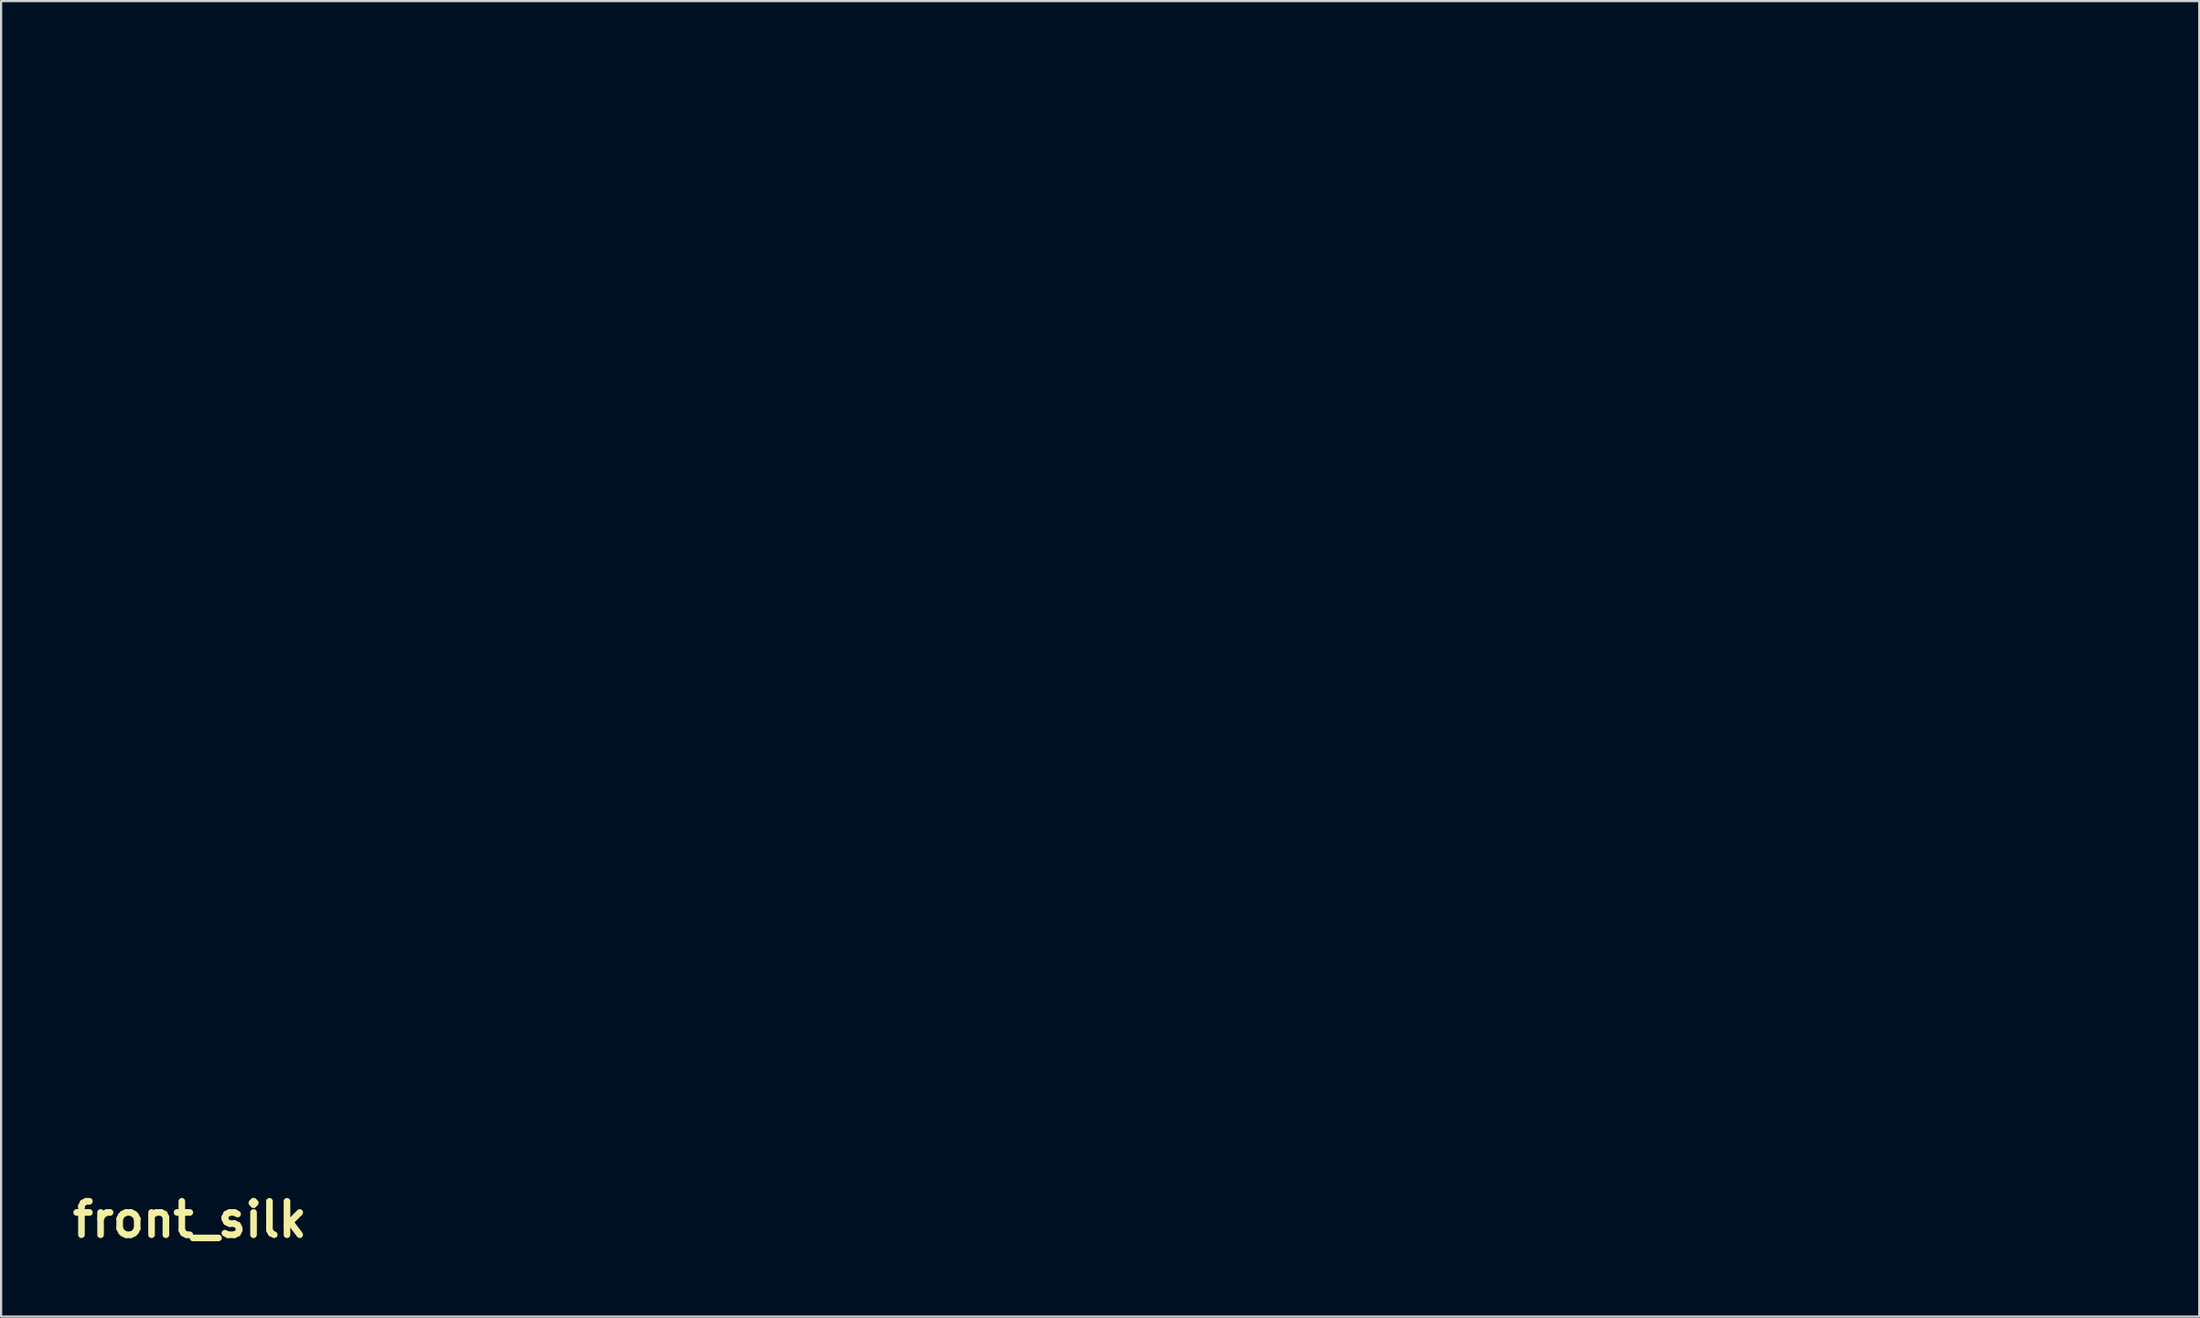
<source format=kicad_pcb>
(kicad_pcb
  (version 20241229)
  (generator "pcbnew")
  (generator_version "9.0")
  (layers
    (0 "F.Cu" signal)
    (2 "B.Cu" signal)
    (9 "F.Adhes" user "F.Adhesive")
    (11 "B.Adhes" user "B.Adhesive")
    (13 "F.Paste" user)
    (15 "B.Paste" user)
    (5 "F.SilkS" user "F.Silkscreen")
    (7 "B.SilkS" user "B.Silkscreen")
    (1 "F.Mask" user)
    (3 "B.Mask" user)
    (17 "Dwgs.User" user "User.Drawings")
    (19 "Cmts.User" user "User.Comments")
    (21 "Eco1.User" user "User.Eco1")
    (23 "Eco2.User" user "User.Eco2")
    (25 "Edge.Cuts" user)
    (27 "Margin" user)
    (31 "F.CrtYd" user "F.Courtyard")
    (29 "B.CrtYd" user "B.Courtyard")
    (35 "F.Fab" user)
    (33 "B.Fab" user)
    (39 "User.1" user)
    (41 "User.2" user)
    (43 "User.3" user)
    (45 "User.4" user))
  (footprint "front_silk"
    (layer "F.Cu")
    (at 5.595 52.507)
    (property "Reference" "front_silk" (at 0 0 0) (layer "F.SilkS") (effects (font (size 1.524 1.524) (thickness 0.3))))
    (attr through_hole)
    (fp_poly (pts (xy 24.359 -41.58) (xy 24.155 -41.58) (xy 24.155 -42.672) (xy 24.359 -42.672) (xy 24.359 -41.58)) (stroke (width 0.01) (type solid)) (fill yes) (layer "F.Mask"))
    (fp_poly (pts (xy 4.674 -8.56) (xy 4.14 -8.56) (xy 4.14 -7.163) (xy 3.937 -7.163) (xy 3.937 -8.56) (xy 3.429 -8.56) (xy 3.429 -8.738) (xy 4.674 -8.738) (xy 4.674 -8.56)) (stroke (width 0.01) (type solid)) (fill yes) (layer "F.Mask"))
    (fp_poly (pts (xy 24.003 -42.494) (xy 23.673 -42.494) (xy 23.673 -41.58) (xy 23.47 -41.58) (xy 23.47 -42.494) (xy 23.139 -42.494) (xy 23.139 -42.672) (xy 24.003 -42.672) (xy 24.003 -42.494)) (stroke (width 0.01) (type solid)) (fill yes) (layer "F.Mask"))
    (fp_poly (pts (xy 13.945 -33.477) (xy 13.31 -33.477) (xy 13.31 -33.045) (xy 13.843 -33.045) (xy 13.843 -32.817) (xy 13.31 -32.817) (xy 13.31 -32.233) (xy 13.03 -32.233) (xy 13.03 -33.68) (xy 13.945 -33.68) (xy 13.945 -33.477)) (stroke (width 0.01) (type solid)) (fill yes) (layer "F.Mask"))
    (fp_poly (pts (xy 12.827 -33.479) (xy 12.179 -33.465) (xy 12.172 -33.255) (xy 12.165 -33.045) (xy 12.725 -33.045) (xy 12.725 -32.817) (xy 12.167 -32.817) (xy 12.167 -32.233) (xy 11.913 -32.233) (xy 11.913 -33.68) (xy 12.827 -33.68) (xy 12.827 -33.479)) (stroke (width 0.01) (type solid)) (fill yes) (layer "F.Mask"))
    (fp_poly (pts (xy 88.519 0) (xy 0 0) (xy 0 -51.435) (xy 1.067 -51.435) (xy 1.067 -1.067) (xy 87.452 -1.067) (xy 87.452 -51.435) (xy 1.067 -51.435) (xy 0 -51.435) (xy 0 -52.502) (xy 88.519 -52.502) (xy 88.519 0)) (stroke (width 0.01) (type solid)) (fill yes) (layer "F.Mask"))
    (fp_poly (pts (xy 9.982 -3.581) (xy 10.617 -3.581) (xy 10.617 -3.404) (xy 9.982 -3.404) (xy 9.982 -2.743) (xy 9.806 -2.743) (xy 9.799 -3.067) (xy 9.792 -3.391) (xy 9.144 -3.405) (xy 9.144 -3.581) (xy 9.804 -3.581) (xy 9.804 -4.242) (xy 9.982 -4.242) (xy 9.982 -3.581)) (stroke (width 0.01) (type solid)) (fill yes) (layer "F.Mask"))
    (fp_poly (pts (xy 22.098 -42.494) (xy 21.613 -42.494) (xy 21.628 -42.202) (xy 21.812 -42.195) (xy 21.996 -42.187) (xy 21.996 -42.037) (xy 21.613 -42.037) (xy 21.628 -41.745) (xy 22.098 -41.73) (xy 22.098 -41.58) (xy 21.412 -41.58) (xy 21.412 -42.672) (xy 22.098 -42.672) (xy 22.098 -42.494)) (stroke (width 0.01) (type solid)) (fill yes) (layer "F.Mask"))
    (fp_poly (pts (xy 20.478 -42.437) (xy 20.485 -42.202) (xy 20.733 -42.195) (xy 20.98 -42.188) (xy 20.98 -42.672) (xy 21.184 -42.672) (xy 21.184 -41.58) (xy 20.98 -41.58) (xy 20.98 -42.064) (xy 20.485 -42.05) (xy 20.478 -41.815) (xy 20.47 -41.58) (xy 20.269 -41.58) (xy 20.269 -42.672) (xy 20.47 -42.672) (xy 20.478 -42.437)) (stroke (width 0.01) (type solid)) (fill yes) (layer "F.Mask"))
    (fp_poly (pts (xy 13.487 -45.288) (xy 13.387 -45.288) (xy 13.355 -45.289) (xy 13.326 -45.295) (xy 13.297 -45.31) (xy 13.261 -45.339) (xy 13.215 -45.388) (xy 13.154 -45.46) (xy 13.073 -45.56) (xy 12.968 -45.694) (xy 12.911 -45.767) (xy 12.535 -46.246) (xy 12.528 -45.767) (xy 12.521 -45.288) (xy 12.268 -45.288) (xy 12.268 -46.736) (xy 12.484 -46.735) (xy 12.865 -46.248) (xy 13.246 -45.76) (xy 13.253 -46.248) (xy 13.26 -46.736) (xy 13.487 -46.736) (xy 13.487 -45.288)) (stroke (width 0.01) (type solid)) (fill yes) (layer "F.Mask"))
    (fp_poly (pts (xy 5.499 -8.838) (xy 5.511 -8.831) (xy 5.52 -8.814) (xy 5.527 -8.78) (xy 5.532 -8.724) (xy 5.535 -8.641) (xy 5.536 -8.526) (xy 5.537 -8.373) (xy 5.537 -8.177) (xy 5.537 -8.077) (xy 5.537 -7.315) (xy 5.918 -7.315) (xy 5.918 -7.163) (xy 5.004 -7.163) (xy 5.004 -7.315) (xy 5.359 -7.315) (xy 5.359 -8.56) (xy 4.928 -8.56) (xy 4.928 -8.712) (xy 5.103 -8.712) (xy 5.204 -8.715) (xy 5.27 -8.726) (xy 5.321 -8.75) (xy 5.355 -8.776) (xy 5.418 -8.818) (xy 5.476 -8.839) (xy 5.484 -8.839) (xy 5.499 -8.838)) (stroke (width 0.01) (type solid)) (fill yes) (layer "F.Mask"))
    (fp_poly (pts (xy 25.527 -41.58) (xy 25.44 -41.58) (xy 25.407 -41.582) (xy 25.376 -41.593) (xy 25.342 -41.617) (xy 25.298 -41.661) (xy 25.239 -41.73) (xy 25.16 -41.83) (xy 25.078 -41.934) (xy 24.988 -42.049) (xy 24.908 -42.148) (xy 24.844 -42.226) (xy 24.801 -42.275) (xy 24.784 -42.29) (xy 24.777 -42.266) (xy 24.771 -42.201) (xy 24.767 -42.103) (xy 24.765 -41.982) (xy 24.765 -41.935) (xy 24.765 -41.58) (xy 24.587 -41.58) (xy 24.587 -42.672) (xy 24.657 -42.672) (xy 24.719 -42.665) (xy 24.754 -42.653) (xy 24.778 -42.627) (xy 24.828 -42.569) (xy 24.897 -42.483) (xy 24.98 -42.379) (xy 25.059 -42.278) (xy 25.337 -41.923) (xy 25.344 -42.298) (xy 25.351 -42.672) (xy 25.527 -42.672) (xy 25.527 -41.58)) (stroke (width 0.01) (type solid)) (fill yes) (layer "F.Mask"))
    (fp_poly (pts (xy 8.596 -7.655) (xy 8.532 -7.512) (xy 8.475 -7.385) (xy 8.429 -7.282) (xy 8.397 -7.209) (xy 8.383 -7.174) (xy 8.382 -7.172) (xy 8.36 -7.165) (xy 8.312 -7.163) (xy 8.241 -7.163) (xy 8.134 -7.626) (xy 8.1 -7.773) (xy 8.07 -7.903) (xy 8.047 -8.008) (xy 8.032 -8.079) (xy 8.026 -8.109) (xy 8.026 -8.109) (xy 8.048 -8.122) (xy 8.101 -8.128) (xy 8.132 -8.128) (xy 8.156 -8.122) (xy 8.174 -8.104) (xy 8.19 -8.066) (xy 8.207 -8) (xy 8.229 -7.899) (xy 8.257 -7.76) (xy 8.281 -7.645) (xy 8.303 -7.547) (xy 8.32 -7.478) (xy 8.328 -7.451) (xy 8.343 -7.462) (xy 8.373 -7.514) (xy 8.416 -7.598) (xy 8.466 -7.707) (xy 8.496 -7.775) (xy 8.554 -7.91) (xy 8.597 -8.005) (xy 8.63 -8.068) (xy 8.656 -8.104) (xy 8.68 -8.122) (xy 8.707 -8.128) (xy 8.729 -8.128) (xy 8.81 -8.128) (xy 8.596 -7.655)) (stroke (width 0.01) (type solid)) (fill yes) (layer "F.Mask"))
    (fp_poly (pts (xy 22.812 -42.659) (xy 23.023 -42.12) (xy 23.234 -41.58) (xy 23.126 -41.58) (xy 23.062 -41.582) (xy 23.025 -41.597) (xy 22.999 -41.636) (xy 22.972 -41.708) (xy 22.926 -41.836) (xy 22.473 -41.821) (xy 22.431 -41.707) (xy 22.402 -41.637) (xy 22.372 -41.603) (xy 22.323 -41.589) (xy 22.278 -41.585) (xy 22.21 -41.582) (xy 22.182 -41.591) (xy 22.182 -41.615) (xy 22.185 -41.623) (xy 22.199 -41.659) (xy 22.228 -41.736) (xy 22.27 -41.844) (xy 22.322 -41.976) (xy 22.326 -41.986) (xy 22.531 -41.986) (xy 22.698 -41.986) (xy 22.792 -41.989) (xy 22.843 -41.998) (xy 22.855 -42.015) (xy 22.854 -42.018) (xy 22.797 -42.176) (xy 22.754 -42.29) (xy 22.724 -42.366) (xy 22.704 -42.408) (xy 22.691 -42.422) (xy 22.686 -42.416) (xy 22.673 -42.376) (xy 22.646 -42.303) (xy 22.613 -42.21) (xy 22.603 -42.183) (xy 22.531 -41.986) (xy 22.326 -41.986) (xy 22.38 -42.125) (xy 22.398 -42.171) (xy 22.593 -42.673) (xy 22.812 -42.659)) (stroke (width 0.01) (type solid)) (fill yes) (layer "F.Mask"))
    (fp_poly (pts (xy 8.222 -6.726) (xy 8.198 -6.672) (xy 8.157 -6.577) (xy 8.101 -6.449) (xy 8.033 -6.292) (xy 7.956 -6.114) (xy 7.871 -5.92) (xy 7.785 -5.721) (xy 7.699 -5.525) (xy 7.619 -5.344) (xy 7.547 -5.184) (xy 7.486 -5.049) (xy 7.437 -4.946) (xy 7.403 -4.878) (xy 7.387 -4.852) (xy 7.386 -4.851) (xy 7.363 -4.872) (xy 7.332 -4.923) (xy 7.327 -4.934) (xy 7.308 -4.975) (xy 7.272 -5.058) (xy 7.221 -5.176) (xy 7.158 -5.323) (xy 7.084 -5.495) (xy 7.002 -5.686) (xy 6.915 -5.89) (xy 6.897 -5.931) (xy 6.506 -6.845) (xy 6.609 -6.853) (xy 6.678 -6.854) (xy 6.724 -6.845) (xy 6.73 -6.841) (xy 6.744 -6.813) (xy 6.775 -6.744) (xy 6.821 -6.64) (xy 6.879 -6.507) (xy 6.947 -6.35) (xy 7.021 -6.174) (xy 7.062 -6.078) (xy 7.139 -5.898) (xy 7.21 -5.734) (xy 7.272 -5.591) (xy 7.323 -5.477) (xy 7.361 -5.395) (xy 7.382 -5.352) (xy 7.386 -5.346) (xy 7.399 -5.371) (xy 7.428 -5.437) (xy 7.474 -5.538) (xy 7.532 -5.669) (xy 7.6 -5.824) (xy 7.676 -5.997) (xy 7.721 -6.1) (xy 8.046 -6.845) (xy 8.163 -6.853) (xy 8.281 -6.861) (xy 8.222 -6.726)) (stroke (width 0.01) (type solid)) (fill yes) (layer "F.Mask"))
    (fp_poly (pts (xy 26.378 -42.655) (xy 26.48 -42.63) (xy 26.56 -42.595) (xy 26.611 -42.553) (xy 26.623 -42.506) (xy 26.617 -42.491) (xy 26.57 -42.437) (xy 26.506 -42.426) (xy 26.426 -42.452) (xy 26.294 -42.492) (xy 26.166 -42.487) (xy 26.052 -42.442) (xy 25.961 -42.359) (xy 25.931 -42.311) (xy 25.89 -42.186) (xy 25.888 -42.06) (xy 25.921 -41.943) (xy 25.984 -41.843) (xy 26.073 -41.771) (xy 26.182 -41.735) (xy 26.221 -41.733) (xy 26.328 -41.737) (xy 26.395 -41.752) (xy 26.429 -41.784) (xy 26.441 -41.837) (xy 26.441 -41.861) (xy 26.438 -41.924) (xy 26.418 -41.953) (xy 26.37 -41.964) (xy 26.359 -41.966) (xy 26.3 -41.979) (xy 26.274 -42.012) (xy 26.268 -42.043) (xy 26.26 -42.113) (xy 26.647 -42.113) (xy 26.639 -41.891) (xy 26.632 -41.669) (xy 26.543 -41.626) (xy 26.446 -41.594) (xy 26.322 -41.573) (xy 26.194 -41.566) (xy 26.085 -41.574) (xy 26.066 -41.578) (xy 25.946 -41.627) (xy 25.837 -41.705) (xy 25.757 -41.798) (xy 25.742 -41.825) (xy 25.701 -41.95) (xy 25.684 -42.097) (xy 25.689 -42.242) (xy 25.716 -42.354) (xy 25.79 -42.481) (xy 25.9 -42.582) (xy 26.032 -42.646) (xy 26.041 -42.648) (xy 26.15 -42.667) (xy 26.266 -42.668) (xy 26.378 -42.655)) (stroke (width 0.01) (type solid)) (fill yes) (layer "F.Mask"))
    (fp_poly (pts (xy 11.513 -46.729) (xy 11.67 -46.677) (xy 11.812 -46.586) (xy 11.841 -46.562) (xy 11.942 -46.441) (xy 12.012 -46.291) (xy 12.048 -46.123) (xy 12.053 -45.947) (xy 12.024 -45.775) (xy 11.962 -45.616) (xy 11.867 -45.483) (xy 11.744 -45.386) (xy 11.588 -45.317) (xy 11.414 -45.279) (xy 11.234 -45.274) (xy 11.13 -45.289) (xy 10.965 -45.348) (xy 10.825 -45.447) (xy 10.714 -45.581) (xy 10.636 -45.743) (xy 10.596 -45.927) (xy 10.592 -46.012) (xy 10.595 -46.041) (xy 10.872 -46.041) (xy 10.882 -45.883) (xy 10.931 -45.744) (xy 11.015 -45.63) (xy 11.13 -45.549) (xy 11.202 -45.521) (xy 11.271 -45.502) (xy 11.319 -45.496) (xy 11.368 -45.501) (xy 11.442 -45.519) (xy 11.444 -45.52) (xy 11.564 -45.575) (xy 11.665 -45.669) (xy 11.739 -45.793) (xy 11.78 -45.935) (xy 11.785 -46.012) (xy 11.766 -46.152) (xy 11.714 -46.283) (xy 11.635 -46.393) (xy 11.549 -46.461) (xy 11.413 -46.508) (xy 11.275 -46.512) (xy 11.144 -46.476) (xy 11.029 -46.405) (xy 10.942 -46.302) (xy 10.902 -46.21) (xy 10.872 -46.041) (xy 10.595 -46.041) (xy 10.614 -46.212) (xy 10.678 -46.385) (xy 10.78 -46.528) (xy 10.917 -46.638) (xy 11.084 -46.711) (xy 11.28 -46.743) (xy 11.328 -46.744) (xy 11.513 -46.729)) (stroke (width 0.01) (type solid)) (fill yes) (layer "F.Mask"))
    (fp_poly (pts (xy 11.109 -33.687) (xy 11.28 -33.635) (xy 11.398 -33.571) (xy 11.484 -33.501) (xy 11.554 -33.412) (xy 11.601 -33.327) (xy 11.644 -33.236) (xy 11.669 -33.161) (xy 11.681 -33.079) (xy 11.684 -32.97) (xy 11.684 -32.957) (xy 11.681 -32.842) (xy 11.67 -32.757) (xy 11.647 -32.681) (xy 11.606 -32.593) (xy 11.504 -32.443) (xy 11.371 -32.329) (xy 11.21 -32.254) (xy 11.028 -32.22) (xy 10.829 -32.229) (xy 10.766 -32.241) (xy 10.589 -32.305) (xy 10.443 -32.408) (xy 10.33 -32.548) (xy 10.266 -32.687) (xy 10.246 -32.785) (xy 10.237 -32.913) (xy 10.238 -32.931) (xy 10.504 -32.931) (xy 10.525 -32.791) (xy 10.577 -32.664) (xy 10.658 -32.56) (xy 10.754 -32.496) (xy 10.846 -32.472) (xy 10.96 -32.466) (xy 11.077 -32.477) (xy 11.177 -32.504) (xy 11.22 -32.527) (xy 11.306 -32.619) (xy 11.367 -32.743) (xy 11.401 -32.884) (xy 11.405 -33.031) (xy 11.377 -33.168) (xy 11.347 -33.235) (xy 11.254 -33.352) (xy 11.139 -33.429) (xy 11.009 -33.465) (xy 10.875 -33.458) (xy 10.745 -33.408) (xy 10.638 -33.323) (xy 10.559 -33.208) (xy 10.514 -33.074) (xy 10.504 -32.931) (xy 10.238 -32.931) (xy 10.241 -33.049) (xy 10.256 -33.175) (xy 10.275 -33.252) (xy 10.351 -33.402) (xy 10.463 -33.524) (xy 10.603 -33.615) (xy 10.763 -33.675) (xy 10.934 -33.699) (xy 11.109 -33.687)) (stroke (width 0.01) (type solid)) (fill yes) (layer "F.Mask"))
    (fp_poly (pts (xy 5.956 -6.769) (xy 5.963 -6.167) (xy 5.97 -5.565) (xy 6.128 -5.557) (xy 6.215 -5.552) (xy 6.263 -5.543) (xy 6.285 -5.523) (xy 6.293 -5.485) (xy 6.294 -5.467) (xy 6.302 -5.385) (xy 5.969 -5.385) (xy 5.969 -5.032) (xy 6.128 -5.024) (xy 6.214 -5.019) (xy 6.262 -5.01) (xy 6.282 -4.991) (xy 6.286 -4.955) (xy 6.287 -4.94) (xy 6.287 -4.864) (xy 5.385 -4.85) (xy 5.385 -5.029) (xy 5.766 -5.029) (xy 5.766 -5.385) (xy 4.928 -5.385) (xy 4.928 -5.482) (xy 4.931 -5.516) (xy 4.942 -5.555) (xy 4.946 -5.563) (xy 5.15 -5.563) (xy 5.791 -5.563) (xy 5.791 -6.012) (xy 5.79 -6.168) (xy 5.787 -6.293) (xy 5.781 -6.383) (xy 5.774 -6.431) (xy 5.768 -6.438) (xy 5.747 -6.41) (xy 5.702 -6.348) (xy 5.639 -6.262) (xy 5.565 -6.157) (xy 5.484 -6.044) (xy 5.403 -5.93) (xy 5.327 -5.822) (xy 5.263 -5.73) (xy 5.215 -5.661) (xy 5.196 -5.632) (xy 5.15 -5.563) (xy 4.946 -5.563) (xy 4.965 -5.604) (xy 5.002 -5.669) (xy 5.057 -5.756) (xy 5.133 -5.868) (xy 5.234 -6.012) (xy 5.339 -6.162) (xy 5.446 -6.314) (xy 5.545 -6.452) (xy 5.632 -6.572) (xy 5.702 -6.667) (xy 5.751 -6.732) (xy 5.776 -6.762) (xy 5.777 -6.763) (xy 5.82 -6.775) (xy 5.88 -6.776) (xy 5.956 -6.769)) (stroke (width 0.01) (type solid)) (fill yes) (layer "F.Mask"))
    (fp_poly (pts (xy 5.754 -4.479) (xy 5.859 -4.446) (xy 5.983 -4.363) (xy 6.082 -4.237) (xy 6.155 -4.07) (xy 6.202 -3.866) (xy 6.222 -3.626) (xy 6.223 -3.572) (xy 6.211 -3.303) (xy 6.176 -3.078) (xy 6.116 -2.895) (xy 6.032 -2.755) (xy 5.923 -2.655) (xy 5.787 -2.594) (xy 5.642 -2.572) (xy 5.519 -2.573) (xy 5.423 -2.591) (xy 5.369 -2.613) (xy 5.25 -2.696) (xy 5.153 -2.821) (xy 5.078 -2.984) (xy 5.026 -3.181) (xy 5.001 -3.408) (xy 5.001 -3.551) (xy 5.212 -3.551) (xy 5.214 -3.467) (xy 5.229 -3.274) (xy 5.253 -3.123) (xy 5.289 -3.005) (xy 5.341 -2.912) (xy 5.409 -2.836) (xy 5.41 -2.835) (xy 5.518 -2.763) (xy 5.626 -2.742) (xy 5.735 -2.772) (xy 5.781 -2.799) (xy 5.857 -2.865) (xy 5.914 -2.949) (xy 5.957 -3.063) (xy 5.983 -3.168) (xy 6.009 -3.352) (xy 6.017 -3.547) (xy 6.006 -3.738) (xy 5.978 -3.913) (xy 5.933 -4.057) (xy 5.918 -4.089) (xy 5.843 -4.2) (xy 5.751 -4.278) (xy 5.653 -4.316) (xy 5.623 -4.318) (xy 5.498 -4.295) (xy 5.395 -4.227) (xy 5.313 -4.117) (xy 5.255 -3.967) (xy 5.221 -3.777) (xy 5.212 -3.551) (xy 5.001 -3.551) (xy 5.002 -3.659) (xy 5.007 -3.741) (xy 5.04 -3.951) (xy 5.098 -4.135) (xy 5.177 -4.285) (xy 5.276 -4.398) (xy 5.377 -4.461) (xy 5.487 -4.488) (xy 5.62 -4.494) (xy 5.754 -4.479)) (stroke (width 0.01) (type solid)) (fill yes) (layer "F.Mask"))
    (fp_poly (pts (xy 9.734 -8.534) (xy 9.836 -8.531) (xy 9.902 -8.526) (xy 9.939 -8.517) (xy 9.955 -8.505) (xy 9.957 -8.495) (xy 9.941 -8.459) (xy 9.899 -8.396) (xy 9.839 -8.316) (xy 9.804 -8.274) (xy 9.738 -8.193) (xy 9.686 -8.126) (xy 9.656 -8.083) (xy 9.652 -8.072) (xy 9.673 -8.056) (xy 9.705 -8.052) (xy 9.756 -8.035) (xy 9.817 -7.992) (xy 9.83 -7.979) (xy 9.896 -7.88) (xy 9.925 -7.759) (xy 9.919 -7.629) (xy 9.88 -7.498) (xy 9.813 -7.377) (xy 9.718 -7.275) (xy 9.616 -7.211) (xy 9.531 -7.185) (xy 9.421 -7.169) (xy 9.306 -7.164) (xy 9.209 -7.171) (xy 9.169 -7.181) (xy 9.121 -7.21) (xy 9.065 -7.257) (xy 9.017 -7.309) (xy 8.992 -7.349) (xy 8.992 -7.354) (xy 9.009 -7.392) (xy 9.043 -7.43) (xy 9.081 -7.46) (xy 9.111 -7.457) (xy 9.151 -7.424) (xy 9.252 -7.351) (xy 9.357 -7.318) (xy 9.412 -7.315) (xy 9.521 -7.335) (xy 9.616 -7.39) (xy 9.692 -7.469) (xy 9.745 -7.563) (xy 9.769 -7.664) (xy 9.761 -7.761) (xy 9.715 -7.845) (xy 9.686 -7.873) (xy 9.604 -7.918) (xy 9.532 -7.914) (xy 9.473 -7.872) (xy 9.416 -7.837) (xy 9.358 -7.83) (xy 9.314 -7.851) (xy 9.303 -7.874) (xy 9.315 -7.908) (xy 9.354 -7.971) (xy 9.414 -8.053) (xy 9.473 -8.128) (xy 9.545 -8.217) (xy 9.603 -8.292) (xy 9.641 -8.344) (xy 9.651 -8.363) (xy 9.628 -8.372) (xy 9.566 -8.378) (xy 9.476 -8.382) (xy 9.436 -8.382) (xy 9.22 -8.382) (xy 9.22 -8.534) (xy 9.588 -8.534) (xy 9.734 -8.534)) (stroke (width 0.01) (type solid)) (fill yes) (layer "F.Mask"))
    (fp_poly (pts (xy 4.547 -4.293) (xy 3.739 -4.293) (xy 3.72 -4.025) (xy 3.714 -3.914) (xy 3.711 -3.823) (xy 3.711 -3.763) (xy 3.714 -3.745) (xy 3.743 -3.747) (xy 3.8 -3.765) (xy 3.825 -3.775) (xy 3.939 -3.802) (xy 4.076 -3.806) (xy 4.212 -3.788) (xy 4.329 -3.749) (xy 4.354 -3.735) (xy 4.464 -3.638) (xy 4.541 -3.503) (xy 4.585 -3.335) (xy 4.592 -3.265) (xy 4.586 -3.067) (xy 4.54 -2.898) (xy 4.457 -2.76) (xy 4.336 -2.656) (xy 4.313 -2.642) (xy 4.197 -2.598) (xy 4.055 -2.575) (xy 3.906 -2.574) (xy 3.77 -2.596) (xy 3.739 -2.606) (xy 3.604 -2.682) (xy 3.499 -2.793) (xy 3.43 -2.931) (xy 3.404 -3.087) (xy 3.404 -3.097) (xy 3.407 -3.15) (xy 3.428 -3.171) (xy 3.48 -3.172) (xy 3.499 -3.17) (xy 3.561 -3.161) (xy 3.592 -3.135) (xy 3.607 -3.077) (xy 3.609 -3.065) (xy 3.653 -2.938) (xy 3.733 -2.838) (xy 3.841 -2.773) (xy 3.969 -2.75) (xy 4.01 -2.752) (xy 4.14 -2.788) (xy 4.245 -2.86) (xy 4.323 -2.961) (xy 4.37 -3.082) (xy 4.384 -3.212) (xy 4.361 -3.345) (xy 4.3 -3.47) (xy 4.258 -3.523) (xy 4.195 -3.582) (xy 4.131 -3.612) (xy 4.045 -3.626) (xy 3.952 -3.628) (xy 3.876 -3.611) (xy 3.796 -3.572) (xy 3.712 -3.533) (xy 3.633 -3.509) (xy 3.6 -3.505) (xy 3.524 -3.505) (xy 3.543 -3.969) (xy 3.549 -4.117) (xy 3.556 -4.249) (xy 3.563 -4.353) (xy 3.568 -4.424) (xy 3.573 -4.451) (xy 3.601 -4.457) (xy 3.671 -4.463) (xy 3.776 -4.467) (xy 3.908 -4.469) (xy 4.059 -4.47) (xy 4.065 -4.47) (xy 4.547 -4.47) (xy 4.547 -4.293)) (stroke (width 0.01) (type solid)) (fill yes) (layer "F.Mask"))
    (fp_poly (pts (xy 7.005 -8.806) (xy 7.134 -8.741) (xy 7.174 -8.71) (xy 7.26 -8.606) (xy 7.305 -8.479) (xy 7.31 -8.323) (xy 7.31 -8.317) (xy 7.302 -8.248) (xy 7.287 -8.187) (xy 7.261 -8.129) (xy 7.218 -8.07) (xy 7.155 -8.003) (xy 7.066 -7.922) (xy 6.947 -7.823) (xy 6.792 -7.699) (xy 6.762 -7.676) (xy 6.669 -7.597) (xy 6.583 -7.514) (xy 6.513 -7.436) (xy 6.466 -7.373) (xy 6.452 -7.337) (xy 6.476 -7.329) (xy 6.541 -7.323) (xy 6.64 -7.318) (xy 6.763 -7.315) (xy 6.82 -7.315) (xy 7.188 -7.315) (xy 7.204 -7.417) (xy 7.218 -7.482) (xy 7.242 -7.511) (xy 7.287 -7.518) (xy 7.294 -7.518) (xy 7.369 -7.518) (xy 7.351 -7.36) (xy 7.341 -7.274) (xy 7.33 -7.209) (xy 7.323 -7.182) (xy 7.296 -7.176) (xy 7.225 -7.171) (xy 7.119 -7.167) (xy 6.986 -7.164) (xy 6.832 -7.163) (xy 6.794 -7.163) (xy 6.275 -7.163) (xy 6.291 -7.245) (xy 6.327 -7.37) (xy 6.384 -7.484) (xy 6.47 -7.596) (xy 6.59 -7.713) (xy 6.749 -7.843) (xy 6.76 -7.851) (xy 6.925 -7.987) (xy 7.044 -8.108) (xy 7.12 -8.22) (xy 7.154 -8.324) (xy 7.149 -8.426) (xy 7.124 -8.493) (xy 7.055 -8.59) (xy 6.963 -8.651) (xy 6.857 -8.677) (xy 6.749 -8.671) (xy 6.647 -8.634) (xy 6.562 -8.569) (xy 6.502 -8.478) (xy 6.477 -8.363) (xy 6.477 -8.353) (xy 6.474 -8.289) (xy 6.456 -8.262) (xy 6.413 -8.255) (xy 6.401 -8.255) (xy 6.353 -8.259) (xy 6.331 -8.278) (xy 6.325 -8.329) (xy 6.325 -8.365) (xy 6.341 -8.478) (xy 6.384 -8.588) (xy 6.468 -8.698) (xy 6.584 -8.777) (xy 6.718 -8.822) (xy 6.862 -8.832) (xy 7.005 -8.806)) (stroke (width 0.01) (type solid)) (fill yes) (layer "F.Mask"))
    (fp_poly (pts (xy 4.152 -6.754) (xy 4.309 -6.702) (xy 4.432 -6.614) (xy 4.517 -6.493) (xy 4.564 -6.341) (xy 4.572 -6.236) (xy 4.569 -6.148) (xy 4.557 -6.071) (xy 4.533 -6) (xy 4.491 -5.93) (xy 4.427 -5.854) (xy 4.338 -5.767) (xy 4.218 -5.665) (xy 4.064 -5.541) (xy 3.964 -5.463) (xy 3.852 -5.368) (xy 3.753 -5.272) (xy 3.674 -5.181) (xy 3.623 -5.106) (xy 3.607 -5.056) (xy 3.627 -5.044) (xy 3.69 -5.037) (xy 3.798 -5.034) (xy 3.954 -5.034) (xy 4.02 -5.035) (xy 4.432 -5.042) (xy 4.445 -5.156) (xy 4.456 -5.227) (xy 4.473 -5.26) (xy 4.509 -5.27) (xy 4.534 -5.271) (xy 4.61 -5.271) (xy 4.603 -5.093) (xy 4.598 -4.999) (xy 4.592 -4.924) (xy 4.585 -4.883) (xy 4.585 -4.883) (xy 4.569 -4.872) (xy 4.525 -4.864) (xy 4.449 -4.858) (xy 4.337 -4.854) (xy 4.183 -4.852) (xy 3.989 -4.851) (xy 3.404 -4.851) (xy 3.404 -4.927) (xy 3.419 -5.025) (xy 3.458 -5.144) (xy 3.514 -5.262) (xy 3.579 -5.362) (xy 3.584 -5.367) (xy 3.636 -5.421) (xy 3.718 -5.495) (xy 3.818 -5.578) (xy 3.91 -5.651) (xy 4.059 -5.768) (xy 4.171 -5.866) (xy 4.251 -5.952) (xy 4.307 -6.033) (xy 4.335 -6.089) (xy 4.366 -6.219) (xy 4.353 -6.341) (xy 4.302 -6.447) (xy 4.219 -6.529) (xy 4.111 -6.581) (xy 3.985 -6.595) (xy 3.893 -6.581) (xy 3.778 -6.528) (xy 3.695 -6.44) (xy 3.642 -6.313) (xy 3.629 -6.253) (xy 3.613 -6.167) (xy 3.597 -6.121) (xy 3.573 -6.101) (xy 3.532 -6.096) (xy 3.515 -6.096) (xy 3.457 -6.101) (xy 3.433 -6.123) (xy 3.43 -6.166) (xy 3.443 -6.288) (xy 3.477 -6.415) (xy 3.524 -6.523) (xy 3.538 -6.545) (xy 3.635 -6.645) (xy 3.765 -6.717) (xy 3.918 -6.757) (xy 4.081 -6.763) (xy 4.152 -6.754)) (stroke (width 0.01) (type solid)) (fill yes) (layer "F.Mask"))
    (fp_poly (pts (xy 6.951 -3.881) (xy 7.154 -3.165) (xy 7.44 -3.881) (xy 7.512 -4.06) (xy 7.579 -4.222) (xy 7.638 -4.362) (xy 7.687 -4.475) (xy 7.723 -4.554) (xy 7.744 -4.594) (xy 7.747 -4.597) (xy 7.758 -4.589) (xy 7.776 -4.561) (xy 7.8 -4.51) (xy 7.835 -4.432) (xy 7.88 -4.323) (xy 7.938 -4.179) (xy 8.01 -3.996) (xy 8.098 -3.769) (xy 8.117 -3.721) (xy 8.176 -3.57) (xy 8.229 -3.436) (xy 8.274 -3.324) (xy 8.307 -3.244) (xy 8.326 -3.2) (xy 8.329 -3.196) (xy 8.339 -3.214) (xy 8.362 -3.276) (xy 8.394 -3.375) (xy 8.435 -3.506) (xy 8.481 -3.661) (xy 8.532 -3.837) (xy 8.547 -3.887) (xy 8.75 -4.597) (xy 8.856 -4.597) (xy 8.962 -4.597) (xy 8.91 -4.413) (xy 8.823 -4.105) (xy 8.74 -3.816) (xy 8.662 -3.55) (xy 8.592 -3.309) (xy 8.528 -3.097) (xy 8.474 -2.919) (xy 8.429 -2.776) (xy 8.395 -2.673) (xy 8.373 -2.613) (xy 8.365 -2.598) (xy 8.35 -2.618) (xy 8.319 -2.681) (xy 8.275 -2.78) (xy 8.22 -2.909) (xy 8.156 -3.063) (xy 8.087 -3.237) (xy 8.052 -3.326) (xy 7.98 -3.506) (xy 7.914 -3.67) (xy 7.856 -3.812) (xy 7.808 -3.926) (xy 7.773 -4.006) (xy 7.752 -4.048) (xy 7.748 -4.052) (xy 7.735 -4.027) (xy 7.706 -3.96) (xy 7.663 -3.858) (xy 7.608 -3.726) (xy 7.544 -3.57) (xy 7.474 -3.396) (xy 7.442 -3.316) (xy 7.37 -3.137) (xy 7.303 -2.973) (xy 7.244 -2.831) (xy 7.195 -2.717) (xy 7.159 -2.637) (xy 7.138 -2.595) (xy 7.134 -2.591) (xy 7.104 -2.609) (xy 7.104 -2.61) (xy 7.094 -2.639) (xy 7.072 -2.711) (xy 7.04 -2.819) (xy 7.001 -2.956) (xy 6.955 -3.116) (xy 6.905 -3.293) (xy 6.852 -3.48) (xy 6.798 -3.671) (xy 6.746 -3.859) (xy 6.696 -4.038) (xy 6.651 -4.201) (xy 6.612 -4.342) (xy 6.582 -4.454) (xy 6.562 -4.531) (xy 6.553 -4.567) (xy 6.553 -4.568) (xy 6.576 -4.588) (xy 6.636 -4.597) (xy 6.651 -4.597) (xy 6.748 -4.597) (xy 6.951 -3.881)) (stroke (width 0.01) (type solid)) (fill yes) (layer "F.Mask"))
    (fp_poly (pts (xy 66.548 -24.365) (xy 66.618 -24.329) (xy 66.73 -24.268) (xy 66.881 -24.184) (xy 67.072 -24.078) (xy 67.301 -23.949) (xy 67.567 -23.798) (xy 67.868 -23.626) (xy 68.203 -23.435) (xy 68.572 -23.224) (xy 68.972 -22.994) (xy 69.403 -22.746) (xy 69.864 -22.48) (xy 70.353 -22.198) (xy 70.837 -21.919) (xy 75.108 -19.449) (xy 75.102 -14.496) (xy 75.095 -9.544) (xy 70.841 -7.084) (xy 70.411 -6.836) (xy 69.993 -6.595) (xy 69.588 -6.361) (xy 69.2 -6.137) (xy 68.829 -5.924) (xy 68.479 -5.722) (xy 68.15 -5.534) (xy 67.846 -5.359) (xy 67.569 -5.201) (xy 67.32 -5.058) (xy 67.102 -4.934) (xy 66.917 -4.829) (xy 66.767 -4.744) (xy 66.654 -4.681) (xy 66.581 -4.641) (xy 66.549 -4.624) (xy 66.548 -4.624) (xy 66.522 -4.637) (xy 66.455 -4.673) (xy 66.348 -4.733) (xy 66.204 -4.814) (xy 66.024 -4.916) (xy 65.81 -5.038) (xy 65.566 -5.177) (xy 65.293 -5.334) (xy 64.993 -5.506) (xy 64.668 -5.692) (xy 64.32 -5.892) (xy 63.953 -6.103) (xy 63.567 -6.326) (xy 63.164 -6.558) (xy 62.748 -6.798) (xy 62.32 -7.045) (xy 62.255 -7.083) (xy 58.001 -9.542) (xy 57.994 -14.497) (xy 57.988 -19.299) (xy 58.242 -19.299) (xy 58.255 -9.695) (xy 62.395 -7.3) (xy 62.818 -7.055) (xy 63.23 -6.817) (xy 63.627 -6.588) (xy 64.008 -6.367) (xy 64.371 -6.157) (xy 64.713 -5.959) (xy 65.033 -5.774) (xy 65.328 -5.604) (xy 65.596 -5.449) (xy 65.835 -5.31) (xy 66.043 -5.19) (xy 66.217 -5.089) (xy 66.356 -5.009) (xy 66.458 -4.95) (xy 66.519 -4.915) (xy 66.539 -4.904) (xy 66.561 -4.916) (xy 66.624 -4.953) (xy 66.728 -5.012) (xy 66.869 -5.093) (xy 67.045 -5.195) (xy 67.255 -5.316) (xy 67.496 -5.455) (xy 67.766 -5.61) (xy 68.062 -5.781) (xy 68.384 -5.967) (xy 68.727 -6.165) (xy 69.092 -6.375) (xy 69.474 -6.596) (xy 69.873 -6.826) (xy 70.285 -7.065) (xy 70.692 -7.299) (xy 74.841 -9.697) (xy 74.848 -14.496) (xy 74.854 -19.296) (xy 70.71 -21.692) (xy 70.286 -21.937) (xy 69.874 -22.175) (xy 69.476 -22.405) (xy 69.093 -22.625) (xy 68.729 -22.835) (xy 68.385 -23.033) (xy 68.064 -23.218) (xy 67.767 -23.388) (xy 67.497 -23.543) (xy 67.256 -23.681) (xy 67.046 -23.801) (xy 66.869 -23.902) (xy 66.728 -23.982) (xy 66.624 -24.041) (xy 66.56 -24.076) (xy 66.538 -24.087) (xy 66.514 -24.074) (xy 66.447 -24.037) (xy 66.341 -23.978) (xy 66.198 -23.896) (xy 66.019 -23.794) (xy 65.807 -23.673) (xy 65.565 -23.533) (xy 65.293 -23.377) (xy 64.995 -23.205) (xy 64.672 -23.019) (xy 64.327 -22.821) (xy 63.962 -22.61) (xy 63.579 -22.388) (xy 63.18 -22.158) (xy 62.768 -21.919) (xy 62.376 -21.692) (xy 58.242 -19.299) (xy 57.988 -19.299) (xy 57.988 -19.452) (xy 62.232 -21.908) (xy 62.662 -22.157) (xy 63.079 -22.398) (xy 63.483 -22.632) (xy 63.872 -22.856) (xy 64.242 -23.07) (xy 64.592 -23.272) (xy 64.921 -23.461) (xy 65.224 -23.636) (xy 65.502 -23.795) (xy 65.75 -23.938) (xy 65.968 -24.063) (xy 66.153 -24.169) (xy 66.303 -24.254) (xy 66.415 -24.318) (xy 66.489 -24.359) (xy 66.52 -24.376) (xy 66.521 -24.376) (xy 66.548 -24.365)) (stroke (width 0.01) (type solid)) (fill yes) (layer "F.Mask")))
  (gr_rect
    (start -3 -3)
    (end 97.119 56.925)
    (stroke (width 0.1) (type default))
    (fill no)
    (layer "Edge.Cuts")))
</source>
